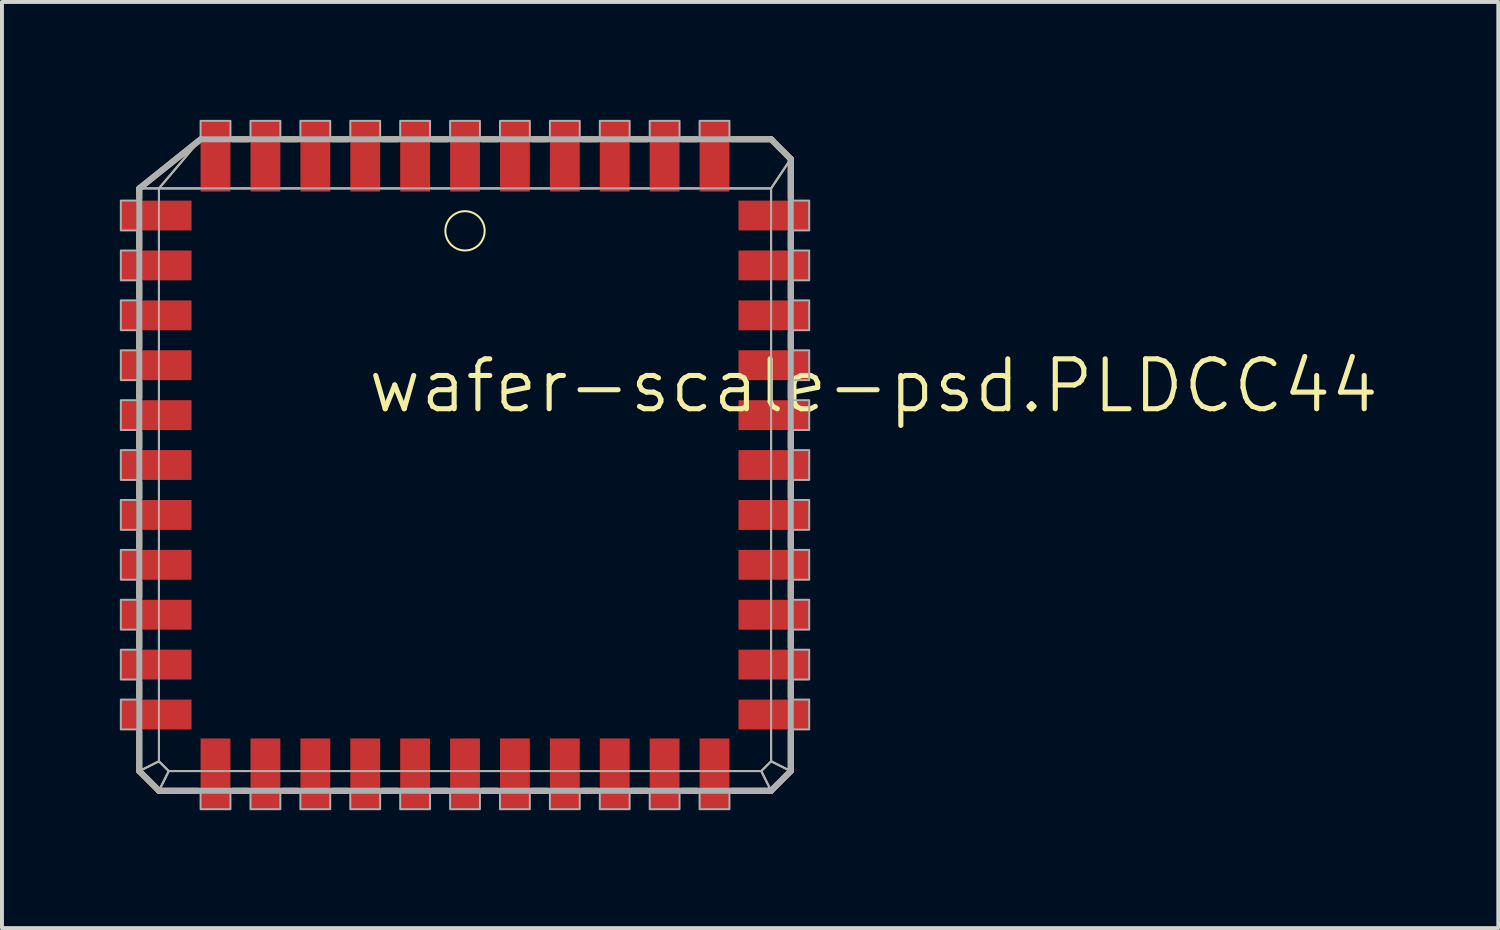
<source format=kicad_pcb>
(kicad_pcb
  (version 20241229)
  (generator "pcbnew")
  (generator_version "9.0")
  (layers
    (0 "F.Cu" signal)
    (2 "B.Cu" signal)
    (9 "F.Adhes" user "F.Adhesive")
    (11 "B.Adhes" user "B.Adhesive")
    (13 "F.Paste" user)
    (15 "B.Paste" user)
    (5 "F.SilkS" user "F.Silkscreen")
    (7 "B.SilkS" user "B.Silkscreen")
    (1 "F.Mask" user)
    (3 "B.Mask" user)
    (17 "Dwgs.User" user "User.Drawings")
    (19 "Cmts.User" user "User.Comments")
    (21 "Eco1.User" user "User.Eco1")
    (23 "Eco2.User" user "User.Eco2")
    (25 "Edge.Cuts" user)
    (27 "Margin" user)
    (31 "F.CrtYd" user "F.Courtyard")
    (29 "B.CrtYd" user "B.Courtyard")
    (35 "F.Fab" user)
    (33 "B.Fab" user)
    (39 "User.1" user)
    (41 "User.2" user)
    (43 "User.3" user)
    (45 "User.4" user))
  (footprint "wafer-scale-psd.PLDCC44"
    (layer "F.Cu")
    (at 8.785 8.785)
    (property "Reference" "wafer-scale-psd.PLDCC44" (at -2.54 -1.27 0) (layer "F.SilkS") (effects (font (size 1.27 1.27) (thickness 0.13)) (justify left bottom)))
    (attr smd)
    (fp_line (start -8.29 -7.04) (end -7.79 -7.04) (stroke (width 0.051) (type default)) (layer "F.SilkS"))
    (fp_line (start -8.29 -7.04) (end -6.79 -8.24) (stroke (width 0.152) (type default)) (layer "F.SilkS"))
    (fp_line (start -8.29 -6.79) (end -8.29 -7.04) (stroke (width 0.152) (type default)) (layer "F.SilkS"))
    (fp_line (start -8.29 -5.52) (end -8.29 -5.91) (stroke (width 0.152) (type default)) (layer "F.SilkS"))
    (fp_line (start -8.29 -4.25) (end -8.29 -4.64) (stroke (width 0.152) (type default)) (layer "F.SilkS"))
    (fp_line (start -8.29 -2.98) (end -8.29 -3.37) (stroke (width 0.152) (type default)) (layer "F.SilkS"))
    (fp_line (start -8.29 -1.71) (end -8.29 -2.1) (stroke (width 0.152) (type default)) (layer "F.SilkS"))
    (fp_line (start -8.29 -0.44) (end -8.29 -0.83) (stroke (width 0.152) (type default)) (layer "F.SilkS"))
    (fp_line (start -8.29 0.83) (end -8.29 0.44) (stroke (width 0.152) (type default)) (layer "F.SilkS"))
    (fp_line (start -8.29 2.1) (end -8.29 1.71) (stroke (width 0.152) (type default)) (layer "F.SilkS"))
    (fp_line (start -8.29 3.37) (end -8.29 2.98) (stroke (width 0.152) (type default)) (layer "F.SilkS"))
    (fp_line (start -8.29 4.64) (end -8.29 4.25) (stroke (width 0.152) (type default)) (layer "F.SilkS"))
    (fp_line (start -8.29 5.91) (end -8.29 5.52) (stroke (width 0.152) (type default)) (layer "F.SilkS"))
    (fp_line (start -8.29 7.79) (end -8.29 6.79) (stroke (width 0.152) (type default)) (layer "F.SilkS"))
    (fp_line (start -8.29 7.79) (end -7.79 7.54) (stroke (width 0.051) (type default)) (layer "F.SilkS"))
    (fp_line (start -7.79 -7.04) (end -6.75 -8.27) (stroke (width 0.051) (type default)) (layer "F.SilkS"))
    (fp_line (start -7.79 -7.04) (end -6.75 -7.04) (stroke (width 0.051) (type default)) (layer "F.SilkS"))
    (fp_line (start -7.79 -6.75) (end -7.79 -7.04) (stroke (width 0.051) (type default)) (layer "F.SilkS"))
    (fp_line (start -7.79 -5.48) (end -7.79 -5.95) (stroke (width 0.051) (type default)) (layer "F.SilkS"))
    (fp_line (start -7.79 -4.21) (end -7.79 -4.68) (stroke (width 0.051) (type default)) (layer "F.SilkS"))
    (fp_line (start -7.79 -2.94) (end -7.79 -3.41) (stroke (width 0.051) (type default)) (layer "F.SilkS"))
    (fp_line (start -7.79 -1.67) (end -7.79 -2.14) (stroke (width 0.051) (type default)) (layer "F.SilkS"))
    (fp_line (start -7.79 -0.4) (end -7.79 -0.87) (stroke (width 0.051) (type default)) (layer "F.SilkS"))
    (fp_line (start -7.79 0.87) (end -7.79 0.4) (stroke (width 0.051) (type default)) (layer "F.SilkS"))
    (fp_line (start -7.79 2.14) (end -7.79 1.67) (stroke (width 0.051) (type default)) (layer "F.SilkS"))
    (fp_line (start -7.79 3.41) (end -7.79 2.94) (stroke (width 0.051) (type default)) (layer "F.SilkS"))
    (fp_line (start -7.79 4.68) (end -7.79 4.21) (stroke (width 0.051) (type default)) (layer "F.SilkS"))
    (fp_line (start -7.79 5.95) (end -7.79 5.48) (stroke (width 0.051) (type default)) (layer "F.SilkS"))
    (fp_line (start -7.79 7.54) (end -7.79 6.75) (stroke (width 0.051) (type default)) (layer "F.SilkS"))
    (fp_line (start -7.79 8.29) (end -8.29 7.79) (stroke (width 0.152) (type default)) (layer "F.SilkS"))
    (fp_line (start -7.79 8.29) (end -7.54 7.79) (stroke (width 0.051) (type default)) (layer "F.SilkS"))
    (fp_line (start -7.54 7.79) (end -7.79 7.54) (stroke (width 0.051) (type default)) (layer "F.SilkS"))
    (fp_line (start -6.79 8.29) (end -7.79 8.29) (stroke (width 0.152) (type default)) (layer "F.SilkS"))
    (fp_line (start -6.75 7.79) (end -7.54 7.79) (stroke (width 0.051) (type default)) (layer "F.SilkS"))
    (fp_line (start -5.95 -7.04) (end -5.48 -7.04) (stroke (width 0.051) (type default)) (layer "F.SilkS"))
    (fp_line (start -5.91 -8.29) (end -5.52 -8.29) (stroke (width 0.152) (type default)) (layer "F.SilkS"))
    (fp_line (start -5.52 8.29) (end -5.91 8.29) (stroke (width 0.152) (type default)) (layer "F.SilkS"))
    (fp_line (start -5.48 7.79) (end -5.95 7.79) (stroke (width 0.051) (type default)) (layer "F.SilkS"))
    (fp_line (start -4.68 -7.04) (end -4.21 -7.04) (stroke (width 0.051) (type default)) (layer "F.SilkS"))
    (fp_line (start -4.64 -8.29) (end -4.25 -8.29) (stroke (width 0.152) (type default)) (layer "F.SilkS"))
    (fp_line (start -4.25 8.29) (end -4.64 8.29) (stroke (width 0.152) (type default)) (layer "F.SilkS"))
    (fp_line (start -4.21 7.79) (end -4.68 7.79) (stroke (width 0.051) (type default)) (layer "F.SilkS"))
    (fp_line (start -3.41 -7.04) (end -2.94 -7.04) (stroke (width 0.051) (type default)) (layer "F.SilkS"))
    (fp_line (start -3.37 -8.29) (end -2.98 -8.29) (stroke (width 0.152) (type default)) (layer "F.SilkS"))
    (fp_line (start -2.98 8.29) (end -3.37 8.29) (stroke (width 0.152) (type default)) (layer "F.SilkS"))
    (fp_line (start -2.94 7.79) (end -3.41 7.79) (stroke (width 0.051) (type default)) (layer "F.SilkS"))
    (fp_line (start -2.14 -7.04) (end -1.67 -7.04) (stroke (width 0.051) (type default)) (layer "F.SilkS"))
    (fp_line (start -2.1 -8.29) (end -1.71 -8.29) (stroke (width 0.152) (type default)) (layer "F.SilkS"))
    (fp_line (start -1.71 8.29) (end -2.1 8.29) (stroke (width 0.152) (type default)) (layer "F.SilkS"))
    (fp_line (start -1.67 7.79) (end -2.14 7.79) (stroke (width 0.051) (type default)) (layer "F.SilkS"))
    (fp_line (start -0.87 -7.04) (end -0.4 -7.04) (stroke (width 0.051) (type default)) (layer "F.SilkS"))
    (fp_line (start -0.83 -8.29) (end -0.44 -8.29) (stroke (width 0.152) (type default)) (layer "F.SilkS"))
    (fp_line (start -0.44 8.29) (end -0.83 8.29) (stroke (width 0.152) (type default)) (layer "F.SilkS"))
    (fp_line (start -0.4 7.79) (end -0.87 7.79) (stroke (width 0.051) (type default)) (layer "F.SilkS"))
    (fp_line (start 0.4 -7.04) (end 0.87 -7.04) (stroke (width 0.051) (type default)) (layer "F.SilkS"))
    (fp_line (start 0.44 -8.29) (end 0.83 -8.29) (stroke (width 0.152) (type default)) (layer "F.SilkS"))
    (fp_line (start 0.83 8.29) (end 0.44 8.29) (stroke (width 0.152) (type default)) (layer "F.SilkS"))
    (fp_line (start 0.87 7.79) (end 0.4 7.79) (stroke (width 0.051) (type default)) (layer "F.SilkS"))
    (fp_line (start 1.67 -7.04) (end 2.14 -7.04) (stroke (width 0.051) (type default)) (layer "F.SilkS"))
    (fp_line (start 1.71 -8.29) (end 2.1 -8.29) (stroke (width 0.152) (type default)) (layer "F.SilkS"))
    (fp_line (start 2.1 8.29) (end 1.71 8.29) (stroke (width 0.152) (type default)) (layer "F.SilkS"))
    (fp_line (start 2.14 7.79) (end 1.67 7.79) (stroke (width 0.051) (type default)) (layer "F.SilkS"))
    (fp_line (start 2.94 -7.04) (end 3.41 -7.04) (stroke (width 0.051) (type default)) (layer "F.SilkS"))
    (fp_line (start 2.98 -8.29) (end 3.37 -8.29) (stroke (width 0.152) (type default)) (layer "F.SilkS"))
    (fp_line (start 3.37 8.29) (end 2.98 8.29) (stroke (width 0.152) (type default)) (layer "F.SilkS"))
    (fp_line (start 3.41 7.79) (end 2.94 7.79) (stroke (width 0.051) (type default)) (layer "F.SilkS"))
    (fp_line (start 4.21 -7.04) (end 4.68 -7.04) (stroke (width 0.051) (type default)) (layer "F.SilkS"))
    (fp_line (start 4.25 -8.29) (end 4.64 -8.29) (stroke (width 0.152) (type default)) (layer "F.SilkS"))
    (fp_line (start 4.64 8.29) (end 4.25 8.29) (stroke (width 0.152) (type default)) (layer "F.SilkS"))
    (fp_line (start 4.68 7.79) (end 4.21 7.79) (stroke (width 0.051) (type default)) (layer "F.SilkS"))
    (fp_line (start 5.48 -7.04) (end 5.95 -7.04) (stroke (width 0.051) (type default)) (layer "F.SilkS"))
    (fp_line (start 5.52 -8.29) (end 5.91 -8.29) (stroke (width 0.152) (type default)) (layer "F.SilkS"))
    (fp_line (start 5.91 8.29) (end 5.52 8.29) (stroke (width 0.152) (type default)) (layer "F.SilkS"))
    (fp_line (start 5.95 7.79) (end 5.48 7.79) (stroke (width 0.051) (type default)) (layer "F.SilkS"))
    (fp_line (start 6.75 -7.04) (end 7.79 -7.04) (stroke (width 0.051) (type default)) (layer "F.SilkS"))
    (fp_line (start 6.79 -8.29) (end 7.79 -8.29) (stroke (width 0.152) (type default)) (layer "F.SilkS"))
    (fp_line (start 7.54 7.79) (end 6.75 7.79) (stroke (width 0.051) (type default)) (layer "F.SilkS"))
    (fp_line (start 7.54 7.79) (end 7.79 8.29) (stroke (width 0.051) (type default)) (layer "F.SilkS"))
    (fp_line (start 7.79 -8.29) (end 8.29 -7.79) (stroke (width 0.152) (type default)) (layer "F.SilkS"))
    (fp_line (start 7.79 -7.04) (end 7.79 -6.75) (stroke (width 0.051) (type default)) (layer "F.SilkS"))
    (fp_line (start 7.79 -5.95) (end 7.79 -5.48) (stroke (width 0.051) (type default)) (layer "F.SilkS"))
    (fp_line (start 7.79 -4.68) (end 7.79 -4.21) (stroke (width 0.051) (type default)) (layer "F.SilkS"))
    (fp_line (start 7.79 -3.41) (end 7.79 -2.94) (stroke (width 0.051) (type default)) (layer "F.SilkS"))
    (fp_line (start 7.79 -2.14) (end 7.79 -1.67) (stroke (width 0.051) (type default)) (layer "F.SilkS"))
    (fp_line (start 7.79 -0.87) (end 7.79 -0.4) (stroke (width 0.051) (type default)) (layer "F.SilkS"))
    (fp_line (start 7.79 0.4) (end 7.79 0.87) (stroke (width 0.051) (type default)) (layer "F.SilkS"))
    (fp_line (start 7.79 1.67) (end 7.79 2.14) (stroke (width 0.051) (type default)) (layer "F.SilkS"))
    (fp_line (start 7.79 2.94) (end 7.79 3.41) (stroke (width 0.051) (type default)) (layer "F.SilkS"))
    (fp_line (start 7.79 4.21) (end 7.79 4.68) (stroke (width 0.051) (type default)) (layer "F.SilkS"))
    (fp_line (start 7.79 5.48) (end 7.79 5.95) (stroke (width 0.051) (type default)) (layer "F.SilkS"))
    (fp_line (start 7.79 6.75) (end 7.79 7.54) (stroke (width 0.051) (type default)) (layer "F.SilkS"))
    (fp_line (start 7.79 7.54) (end 7.54 7.79) (stroke (width 0.051) (type default)) (layer "F.SilkS"))
    (fp_line (start 7.79 7.54) (end 8.29 7.79) (stroke (width 0.051) (type default)) (layer "F.SilkS"))
    (fp_line (start 7.79 8.29) (end 6.79 8.29) (stroke (width 0.152) (type default)) (layer "F.SilkS"))
    (fp_line (start 8.29 -7.79) (end 7.79 -7.04) (stroke (width 0.051) (type default)) (layer "F.SilkS"))
    (fp_line (start 8.29 -7.79) (end 8.29 -6.79) (stroke (width 0.152) (type default)) (layer "F.SilkS"))
    (fp_line (start 8.29 -5.91) (end 8.29 -5.52) (stroke (width 0.152) (type default)) (layer "F.SilkS"))
    (fp_line (start 8.29 -4.64) (end 8.29 -4.25) (stroke (width 0.152) (type default)) (layer "F.SilkS"))
    (fp_line (start 8.29 -3.37) (end 8.29 -2.98) (stroke (width 0.152) (type default)) (layer "F.SilkS"))
    (fp_line (start 8.29 -2.1) (end 8.29 -1.71) (stroke (width 0.152) (type default)) (layer "F.SilkS"))
    (fp_line (start 8.29 -0.83) (end 8.29 -0.44) (stroke (width 0.152) (type default)) (layer "F.SilkS"))
    (fp_line (start 8.29 0.44) (end 8.29 0.83) (stroke (width 0.152) (type default)) (layer "F.SilkS"))
    (fp_line (start 8.29 1.71) (end 8.29 2.1) (stroke (width 0.152) (type default)) (layer "F.SilkS"))
    (fp_line (start 8.29 2.98) (end 8.29 3.37) (stroke (width 0.152) (type default)) (layer "F.SilkS"))
    (fp_line (start 8.29 4.25) (end 8.29 4.64) (stroke (width 0.152) (type default)) (layer "F.SilkS"))
    (fp_line (start 8.29 5.52) (end 8.29 5.91) (stroke (width 0.152) (type default)) (layer "F.SilkS"))
    (fp_line (start 8.29 6.79) (end 8.29 7.79) (stroke (width 0.152) (type default)) (layer "F.SilkS"))
    (fp_line (start 8.29 7.79) (end 7.79 8.29) (stroke (width 0.152) (type default)) (layer "F.SilkS"))
    (fp_circle (center 0 -5.96) (end 0.5 -5.96) (stroke (width 0.051) (type default)) (fill no) (layer "F.SilkS"))
    (fp_line (start -8.29 -7.04) (end -7.79 -7.04) (stroke (width 0.051) (type default)) (layer "F.Fab"))
    (fp_line (start -8.29 -7.04) (end -6.73 -8.29) (stroke (width 0.152) (type default)) (layer "F.Fab"))
    (fp_line (start -8.29 7.79) (end -8.29 -7.04) (stroke (width 0.152) (type default)) (layer "F.Fab"))
    (fp_line (start -8.29 7.79) (end -7.79 7.54) (stroke (width 0.051) (type default)) (layer "F.Fab"))
    (fp_line (start -7.79 -7.04) (end -6.73 -8.29) (stroke (width 0.051) (type default)) (layer "F.Fab"))
    (fp_line (start -7.79 -7.04) (end 7.79 -7.04) (stroke (width 0.051) (type default)) (layer "F.Fab"))
    (fp_line (start -7.79 7.54) (end -7.79 -7.04) (stroke (width 0.051) (type default)) (layer "F.Fab"))
    (fp_line (start -7.79 8.29) (end -8.29 7.79) (stroke (width 0.152) (type default)) (layer "F.Fab"))
    (fp_line (start -7.79 8.29) (end -7.54 7.79) (stroke (width 0.051) (type default)) (layer "F.Fab"))
    (fp_line (start -7.54 7.79) (end -7.79 7.54) (stroke (width 0.051) (type default)) (layer "F.Fab"))
    (fp_line (start -6.73 -8.29) (end 7.79 -8.29) (stroke (width 0.152) (type default)) (layer "F.Fab"))
    (fp_line (start 7.54 7.79) (end -7.54 7.79) (stroke (width 0.051) (type default)) (layer "F.Fab"))
    (fp_line (start 7.54 7.79) (end 7.79 8.29) (stroke (width 0.051) (type default)) (layer "F.Fab"))
    (fp_line (start 7.79 -8.29) (end 8.29 -7.79) (stroke (width 0.152) (type default)) (layer "F.Fab"))
    (fp_line (start 7.79 -7.04) (end 7.79 7.54) (stroke (width 0.051) (type default)) (layer "F.Fab"))
    (fp_line (start 7.79 7.54) (end 7.54 7.79) (stroke (width 0.051) (type default)) (layer "F.Fab"))
    (fp_line (start 7.79 7.54) (end 8.29 7.79) (stroke (width 0.051) (type default)) (layer "F.Fab"))
    (fp_line (start 7.79 8.29) (end -7.79 8.29) (stroke (width 0.152) (type default)) (layer "F.Fab"))
    (fp_line (start 8.29 -7.79) (end 7.79 -7.04) (stroke (width 0.051) (type default)) (layer "F.Fab"))
    (fp_line (start 8.29 -7.79) (end 8.29 7.79) (stroke (width 0.152) (type default)) (layer "F.Fab"))
    (fp_line (start 8.29 7.79) (end 7.79 8.29) (stroke (width 0.152) (type default)) (layer "F.Fab"))
    (fp_rect (start -8.76 -5.97) (end -8.29 -6.73) (stroke (width 0.05) (type default)) (fill no) (layer "F.Fab"))
    (fp_rect (start -8.76 -4.7) (end -8.29 -5.46) (stroke (width 0.05) (type default)) (fill no) (layer "F.Fab"))
    (fp_rect (start -8.76 -3.43) (end -8.29 -4.19) (stroke (width 0.05) (type default)) (fill no) (layer "F.Fab"))
    (fp_rect (start -8.76 -2.16) (end -8.29 -2.92) (stroke (width 0.05) (type default)) (fill no) (layer "F.Fab"))
    (fp_rect (start -8.76 -0.89) (end -8.29 -1.65) (stroke (width 0.05) (type default)) (fill no) (layer "F.Fab"))
    (fp_rect (start -8.76 0.38) (end -8.29 -0.38) (stroke (width 0.05) (type default)) (fill no) (layer "F.Fab"))
    (fp_rect (start -8.76 1.65) (end -8.29 0.89) (stroke (width 0.05) (type default)) (fill no) (layer "F.Fab"))
    (fp_rect (start -8.76 2.92) (end -8.29 2.16) (stroke (width 0.05) (type default)) (fill no) (layer "F.Fab"))
    (fp_rect (start -8.76 4.19) (end -8.29 3.43) (stroke (width 0.05) (type default)) (fill no) (layer "F.Fab"))
    (fp_rect (start -8.76 5.46) (end -8.29 4.7) (stroke (width 0.05) (type default)) (fill no) (layer "F.Fab"))
    (fp_rect (start -8.76 6.73) (end -8.29 5.97) (stroke (width 0.05) (type default)) (fill no) (layer "F.Fab"))
    (fp_rect (start -6.73 -8.29) (end -5.97 -8.76) (stroke (width 0.05) (type default)) (fill no) (layer "F.Fab"))
    (fp_rect (start -6.73 8.76) (end -5.97 8.29) (stroke (width 0.05) (type default)) (fill no) (layer "F.Fab"))
    (fp_rect (start -5.46 -8.29) (end -4.7 -8.76) (stroke (width 0.05) (type default)) (fill no) (layer "F.Fab"))
    (fp_rect (start -5.46 8.76) (end -4.7 8.29) (stroke (width 0.05) (type default)) (fill no) (layer "F.Fab"))
    (fp_rect (start -4.19 -8.29) (end -3.43 -8.76) (stroke (width 0.05) (type default)) (fill no) (layer "F.Fab"))
    (fp_rect (start -4.19 8.76) (end -3.43 8.29) (stroke (width 0.05) (type default)) (fill no) (layer "F.Fab"))
    (fp_rect (start -2.92 -8.29) (end -2.16 -8.76) (stroke (width 0.05) (type default)) (fill no) (layer "F.Fab"))
    (fp_rect (start -2.92 8.76) (end -2.16 8.29) (stroke (width 0.05) (type default)) (fill no) (layer "F.Fab"))
    (fp_rect (start -1.65 -8.29) (end -0.89 -8.76) (stroke (width 0.05) (type default)) (fill no) (layer "F.Fab"))
    (fp_rect (start -1.65 8.76) (end -0.89 8.29) (stroke (width 0.05) (type default)) (fill no) (layer "F.Fab"))
    (fp_rect (start -0.38 -8.29) (end 0.38 -8.76) (stroke (width 0.05) (type default)) (fill no) (layer "F.Fab"))
    (fp_rect (start -0.38 8.76) (end 0.38 8.29) (stroke (width 0.05) (type default)) (fill no) (layer "F.Fab"))
    (fp_rect (start 0.89 -8.29) (end 1.65 -8.76) (stroke (width 0.05) (type default)) (fill no) (layer "F.Fab"))
    (fp_rect (start 0.89 8.76) (end 1.65 8.29) (stroke (width 0.05) (type default)) (fill no) (layer "F.Fab"))
    (fp_rect (start 2.16 -8.29) (end 2.92 -8.76) (stroke (width 0.05) (type default)) (fill no) (layer "F.Fab"))
    (fp_rect (start 2.16 8.76) (end 2.92 8.29) (stroke (width 0.05) (type default)) (fill no) (layer "F.Fab"))
    (fp_rect (start 3.43 -8.29) (end 4.19 -8.76) (stroke (width 0.05) (type default)) (fill no) (layer "F.Fab"))
    (fp_rect (start 3.43 8.76) (end 4.19 8.29) (stroke (width 0.05) (type default)) (fill no) (layer "F.Fab"))
    (fp_rect (start 4.7 -8.29) (end 5.46 -8.76) (stroke (width 0.05) (type default)) (fill no) (layer "F.Fab"))
    (fp_rect (start 4.7 8.76) (end 5.46 8.29) (stroke (width 0.05) (type default)) (fill no) (layer "F.Fab"))
    (fp_rect (start 5.97 -8.29) (end 6.73 -8.76) (stroke (width 0.05) (type default)) (fill no) (layer "F.Fab"))
    (fp_rect (start 5.97 8.76) (end 6.73 8.29) (stroke (width 0.05) (type default)) (fill no) (layer "F.Fab"))
    (fp_rect (start 8.29 -5.97) (end 8.76 -6.73) (stroke (width 0.05) (type default)) (fill no) (layer "F.Fab"))
    (fp_rect (start 8.29 -4.7) (end 8.76 -5.46) (stroke (width 0.05) (type default)) (fill no) (layer "F.Fab"))
    (fp_rect (start 8.29 -3.43) (end 8.76 -4.19) (stroke (width 0.05) (type default)) (fill no) (layer "F.Fab"))
    (fp_rect (start 8.29 -2.16) (end 8.76 -2.92) (stroke (width 0.05) (type default)) (fill no) (layer "F.Fab"))
    (fp_rect (start 8.29 -0.89) (end 8.76 -1.65) (stroke (width 0.05) (type default)) (fill no) (layer "F.Fab"))
    (fp_rect (start 8.29 0.38) (end 8.76 -0.38) (stroke (width 0.05) (type default)) (fill no) (layer "F.Fab"))
    (fp_rect (start 8.29 1.65) (end 8.76 0.89) (stroke (width 0.05) (type default)) (fill no) (layer "F.Fab"))
    (fp_rect (start 8.29 2.92) (end 8.76 2.16) (stroke (width 0.05) (type default)) (fill no) (layer "F.Fab"))
    (fp_rect (start 8.29 4.19) (end 8.76 3.43) (stroke (width 0.05) (type default)) (fill no) (layer "F.Fab"))
    (fp_rect (start 8.29 5.46) (end 8.76 4.7) (stroke (width 0.05) (type default)) (fill no) (layer "F.Fab"))
    (fp_rect (start 8.29 6.73) (end 8.76 5.97) (stroke (width 0.05) (type default)) (fill no) (layer "F.Fab"))
    (pad "1" smd roundrect (at 0 -7.86) (size 0.76 1.8) (layers "F.Cu" "F.Mask" "F.Paste") (roundrect_rratio 0.01))
    (pad "2" smd roundrect (at -1.27 -7.86) (size 0.76 1.8) (layers "F.Cu" "F.Mask" "F.Paste") (roundrect_rratio 0.01))
    (pad "3" smd roundrect (at -2.54 -7.86) (size 0.76 1.8) (layers "F.Cu" "F.Mask" "F.Paste") (roundrect_rratio 0.01))
    (pad "4" smd roundrect (at -3.81 -7.86) (size 0.76 1.8) (layers "F.Cu" "F.Mask" "F.Paste") (roundrect_rratio 0.01))
    (pad "5" smd roundrect (at -5.08 -7.86) (size 0.76 1.8) (layers "F.Cu" "F.Mask" "F.Paste") (roundrect_rratio 0.01))
    (pad "6" smd roundrect (at -6.35 -7.86) (size 0.76 1.8) (layers "F.Cu" "F.Mask" "F.Paste") (roundrect_rratio 0.01))
    (pad "7" smd roundrect (at -7.86 -6.35) (size 1.8 0.76) (layers "F.Cu" "F.Mask" "F.Paste") (roundrect_rratio 0.01))
    (pad "8" smd roundrect (at -7.86 -5.08) (size 1.8 0.76) (layers "F.Cu" "F.Mask" "F.Paste") (roundrect_rratio 0.01))
    (pad "9" smd roundrect (at -7.86 -3.81) (size 1.8 0.76) (layers "F.Cu" "F.Mask" "F.Paste") (roundrect_rratio 0.01))
    (pad "10" smd roundrect (at -7.86 -2.54) (size 1.8 0.76) (layers "F.Cu" "F.Mask" "F.Paste") (roundrect_rratio 0.01))
    (pad "11" smd roundrect (at -7.86 -1.27) (size 1.8 0.76) (layers "F.Cu" "F.Mask" "F.Paste") (roundrect_rratio 0.01))
    (pad "12" smd roundrect (at -7.86 0) (size 1.8 0.76) (layers "F.Cu" "F.Mask" "F.Paste") (roundrect_rratio 0.01))
    (pad "13" smd roundrect (at -7.86 1.27) (size 1.8 0.76) (layers "F.Cu" "F.Mask" "F.Paste") (roundrect_rratio 0.01))
    (pad "14" smd roundrect (at -7.86 2.54) (size 1.8 0.76) (layers "F.Cu" "F.Mask" "F.Paste") (roundrect_rratio 0.01))
    (pad "15" smd roundrect (at -7.86 3.81) (size 1.8 0.76) (layers "F.Cu" "F.Mask" "F.Paste") (roundrect_rratio 0.01))
    (pad "16" smd roundrect (at -7.86 5.08) (size 1.8 0.76) (layers "F.Cu" "F.Mask" "F.Paste") (roundrect_rratio 0.01))
    (pad "17" smd roundrect (at -7.86 6.35) (size 1.8 0.76) (layers "F.Cu" "F.Mask" "F.Paste") (roundrect_rratio 0.01))
    (pad "18" smd roundrect (at -6.35 7.86) (size 0.76 1.8) (layers "F.Cu" "F.Mask" "F.Paste") (roundrect_rratio 0.01))
    (pad "19" smd roundrect (at -5.08 7.86) (size 0.76 1.8) (layers "F.Cu" "F.Mask" "F.Paste") (roundrect_rratio 0.01))
    (pad "20" smd roundrect (at -3.81 7.86) (size 0.76 1.8) (layers "F.Cu" "F.Mask" "F.Paste") (roundrect_rratio 0.01))
    (pad "21" smd roundrect (at -2.54 7.86) (size 0.76 1.8) (layers "F.Cu" "F.Mask" "F.Paste") (roundrect_rratio 0.01))
    (pad "22" smd roundrect (at -1.27 7.86) (size 0.76 1.8) (layers "F.Cu" "F.Mask" "F.Paste") (roundrect_rratio 0.01))
    (pad "23" smd roundrect (at 0 7.86) (size 0.76 1.8) (layers "F.Cu" "F.Mask" "F.Paste") (roundrect_rratio 0.01))
    (pad "24" smd roundrect (at 1.27 7.86) (size 0.76 1.8) (layers "F.Cu" "F.Mask" "F.Paste") (roundrect_rratio 0.01))
    (pad "25" smd roundrect (at 2.54 7.86) (size 0.76 1.8) (layers "F.Cu" "F.Mask" "F.Paste") (roundrect_rratio 0.01))
    (pad "26" smd roundrect (at 3.81 7.86) (size 0.76 1.8) (layers "F.Cu" "F.Mask" "F.Paste") (roundrect_rratio 0.01))
    (pad "27" smd roundrect (at 5.08 7.86) (size 0.76 1.8) (layers "F.Cu" "F.Mask" "F.Paste") (roundrect_rratio 0.01))
    (pad "28" smd roundrect (at 6.35 7.86) (size 0.76 1.8) (layers "F.Cu" "F.Mask" "F.Paste") (roundrect_rratio 0.01))
    (pad "29" smd roundrect (at 7.86 6.35) (size 1.8 0.76) (layers "F.Cu" "F.Mask" "F.Paste") (roundrect_rratio 0.01))
    (pad "30" smd roundrect (at 7.86 5.08) (size 1.8 0.76) (layers "F.Cu" "F.Mask" "F.Paste") (roundrect_rratio 0.01))
    (pad "31" smd roundrect (at 7.86 3.81) (size 1.8 0.76) (layers "F.Cu" "F.Mask" "F.Paste") (roundrect_rratio 0.01))
    (pad "32" smd roundrect (at 7.86 2.54) (size 1.8 0.76) (layers "F.Cu" "F.Mask" "F.Paste") (roundrect_rratio 0.01))
    (pad "33" smd roundrect (at 7.86 1.27) (size 1.8 0.76) (layers "F.Cu" "F.Mask" "F.Paste") (roundrect_rratio 0.01))
    (pad "34" smd roundrect (at 7.86 0) (size 1.8 0.76) (layers "F.Cu" "F.Mask" "F.Paste") (roundrect_rratio 0.01))
    (pad "35" smd roundrect (at 7.86 -1.27) (size 1.8 0.76) (layers "F.Cu" "F.Mask" "F.Paste") (roundrect_rratio 0.01))
    (pad "36" smd roundrect (at 7.86 -2.54) (size 1.8 0.76) (layers "F.Cu" "F.Mask" "F.Paste") (roundrect_rratio 0.01))
    (pad "37" smd roundrect (at 7.86 -3.81) (size 1.8 0.76) (layers "F.Cu" "F.Mask" "F.Paste") (roundrect_rratio 0.01))
    (pad "38" smd roundrect (at 7.86 -5.08) (size 1.8 0.76) (layers "F.Cu" "F.Mask" "F.Paste") (roundrect_rratio 0.01))
    (pad "39" smd roundrect (at 7.86 -6.35) (size 1.8 0.76) (layers "F.Cu" "F.Mask" "F.Paste") (roundrect_rratio 0.01))
    (pad "40" smd roundrect (at 6.35 -7.86) (size 0.76 1.8) (layers "F.Cu" "F.Mask" "F.Paste") (roundrect_rratio 0.01))
    (pad "41" smd roundrect (at 5.08 -7.86) (size 0.76 1.8) (layers "F.Cu" "F.Mask" "F.Paste") (roundrect_rratio 0.01))
    (pad "42" smd roundrect (at 3.81 -7.86) (size 0.76 1.8) (layers "F.Cu" "F.Mask" "F.Paste") (roundrect_rratio 0.01))
    (pad "43" smd roundrect (at 2.54 -7.86) (size 0.76 1.8) (layers "F.Cu" "F.Mask" "F.Paste") (roundrect_rratio 0.01))
    (pad "44" smd roundrect (at 1.27 -7.86) (size 0.76 1.8) (layers "F.Cu" "F.Mask" "F.Paste") (roundrect_rratio 0.01)))
  (gr_rect
    (start -3 -3)
    (end 35.083 20.57)
    (stroke (width 0.1) (type default))
    (fill no)
    (layer "Edge.Cuts")))
</source>
